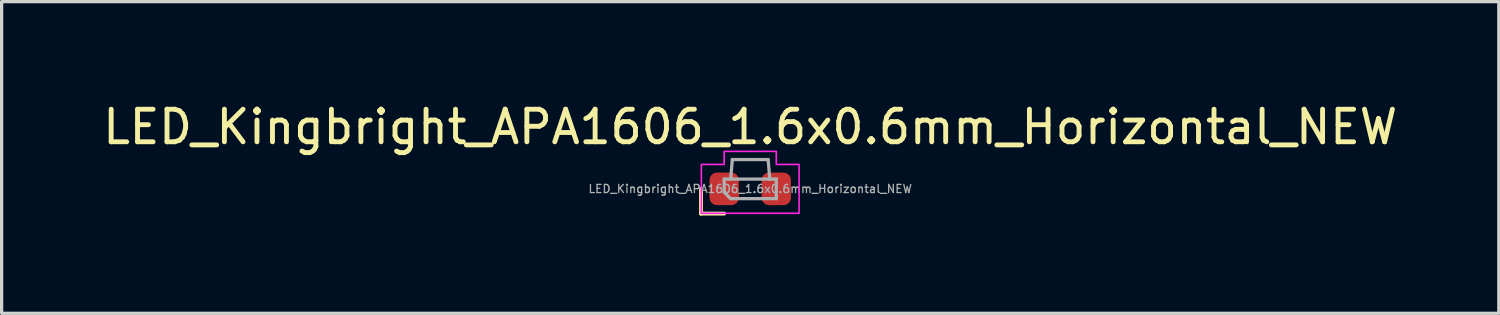
<source format=kicad_pcb>
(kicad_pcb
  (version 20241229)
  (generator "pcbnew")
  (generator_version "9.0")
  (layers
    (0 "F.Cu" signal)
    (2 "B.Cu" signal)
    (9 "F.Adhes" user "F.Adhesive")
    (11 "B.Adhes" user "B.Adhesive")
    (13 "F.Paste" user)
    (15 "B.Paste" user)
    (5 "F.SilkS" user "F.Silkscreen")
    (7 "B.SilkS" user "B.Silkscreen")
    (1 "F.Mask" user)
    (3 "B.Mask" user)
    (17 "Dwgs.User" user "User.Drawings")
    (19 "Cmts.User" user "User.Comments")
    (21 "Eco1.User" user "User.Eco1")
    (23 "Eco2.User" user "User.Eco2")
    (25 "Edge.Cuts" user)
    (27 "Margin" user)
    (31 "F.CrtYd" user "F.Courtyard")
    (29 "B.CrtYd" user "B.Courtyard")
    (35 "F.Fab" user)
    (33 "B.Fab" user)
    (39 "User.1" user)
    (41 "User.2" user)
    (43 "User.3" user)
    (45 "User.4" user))
  (footprint "LED_Kingbright_APA1606_1.6x0.6mm_Horizontal_NEW"
    (layer "F.Cu")
    (at 19.982 2.748)
    (property "Reference" "LED_Kingbright_APA1606_1.6x0.6mm_Horizontal_NEW" (at 0 -1.9 0) (layer "F.SilkS") (effects (font (size 1 1) (thickness 0.15))))
    (attr smd)
    (fp_line (start -1.51 0) (end -1.51 0.76) (stroke (width 0.12) (type default)) (layer "F.SilkS"))
    (fp_line (start -1.51 0.76) (end -0.8 0.76) (stroke (width 0.12) (type default)) (layer "F.SilkS"))
    (fp_poly (pts (xy -0.8 -1.15) (xy 0.8 -1.15) (xy 0.8 -0.75) (xy 1.5 -0.75) (xy 1.5 0.75) (xy -1.5 0.75) (xy -1.5 -0.75) (xy -0.8 -0.75)) (stroke (width 0.05) (type solid)) (fill no) (layer "F.CrtYd"))
    (fp_line (start -0.8 -0.3) (end 0.8 -0.3) (stroke (width 0.1) (type default)) (layer "F.Fab"))
    (fp_line (start -0.8 0.1) (end -0.8 -0.3) (stroke (width 0.1) (type default)) (layer "F.Fab"))
    (fp_line (start -0.6 -0.3) (end -0.55 -0.9) (stroke (width 0.1) (type default)) (layer "F.Fab"))
    (fp_line (start -0.6 0.3) (end -0.8 0.1) (stroke (width 0.1) (type default)) (layer "F.Fab"))
    (fp_line (start -0.55 -0.9) (end 0.55 -0.9) (stroke (width 0.1) (type default)) (layer "F.Fab"))
    (fp_line (start 0.6 -0.3) (end 0.55 -0.9) (stroke (width 0.1) (type default)) (layer "F.Fab"))
    (fp_line (start 0.8 -0.3) (end 0.8 0.3) (stroke (width 0.1) (type default)) (layer "F.Fab"))
    (fp_line (start 0.8 0.3) (end -0.6 0.3) (stroke (width 0.1) (type default)) (layer "F.Fab"))
    (fp_text user "${REFERENCE}" (at 0 0 0) (layer "F.Fab") (effects (font (size 0.25 0.25) (thickness 0.04))))
    (pad "1" smd roundrect (at -0.8 0) (size 0.9 1) (layers "F.Cu" "F.Mask" "F.Paste") (roundrect_rratio 0.25))
    (pad "2" smd roundrect (at 0.8 0) (size 0.9 1) (layers "F.Cu" "F.Mask" "F.Paste") (roundrect_rratio 0.25)))
  (gr_rect
    (start -3 -3)
    (end 42.964 6.568)
    (stroke (width 0.1) (type default))
    (fill no)
    (layer "Edge.Cuts")))
</source>
